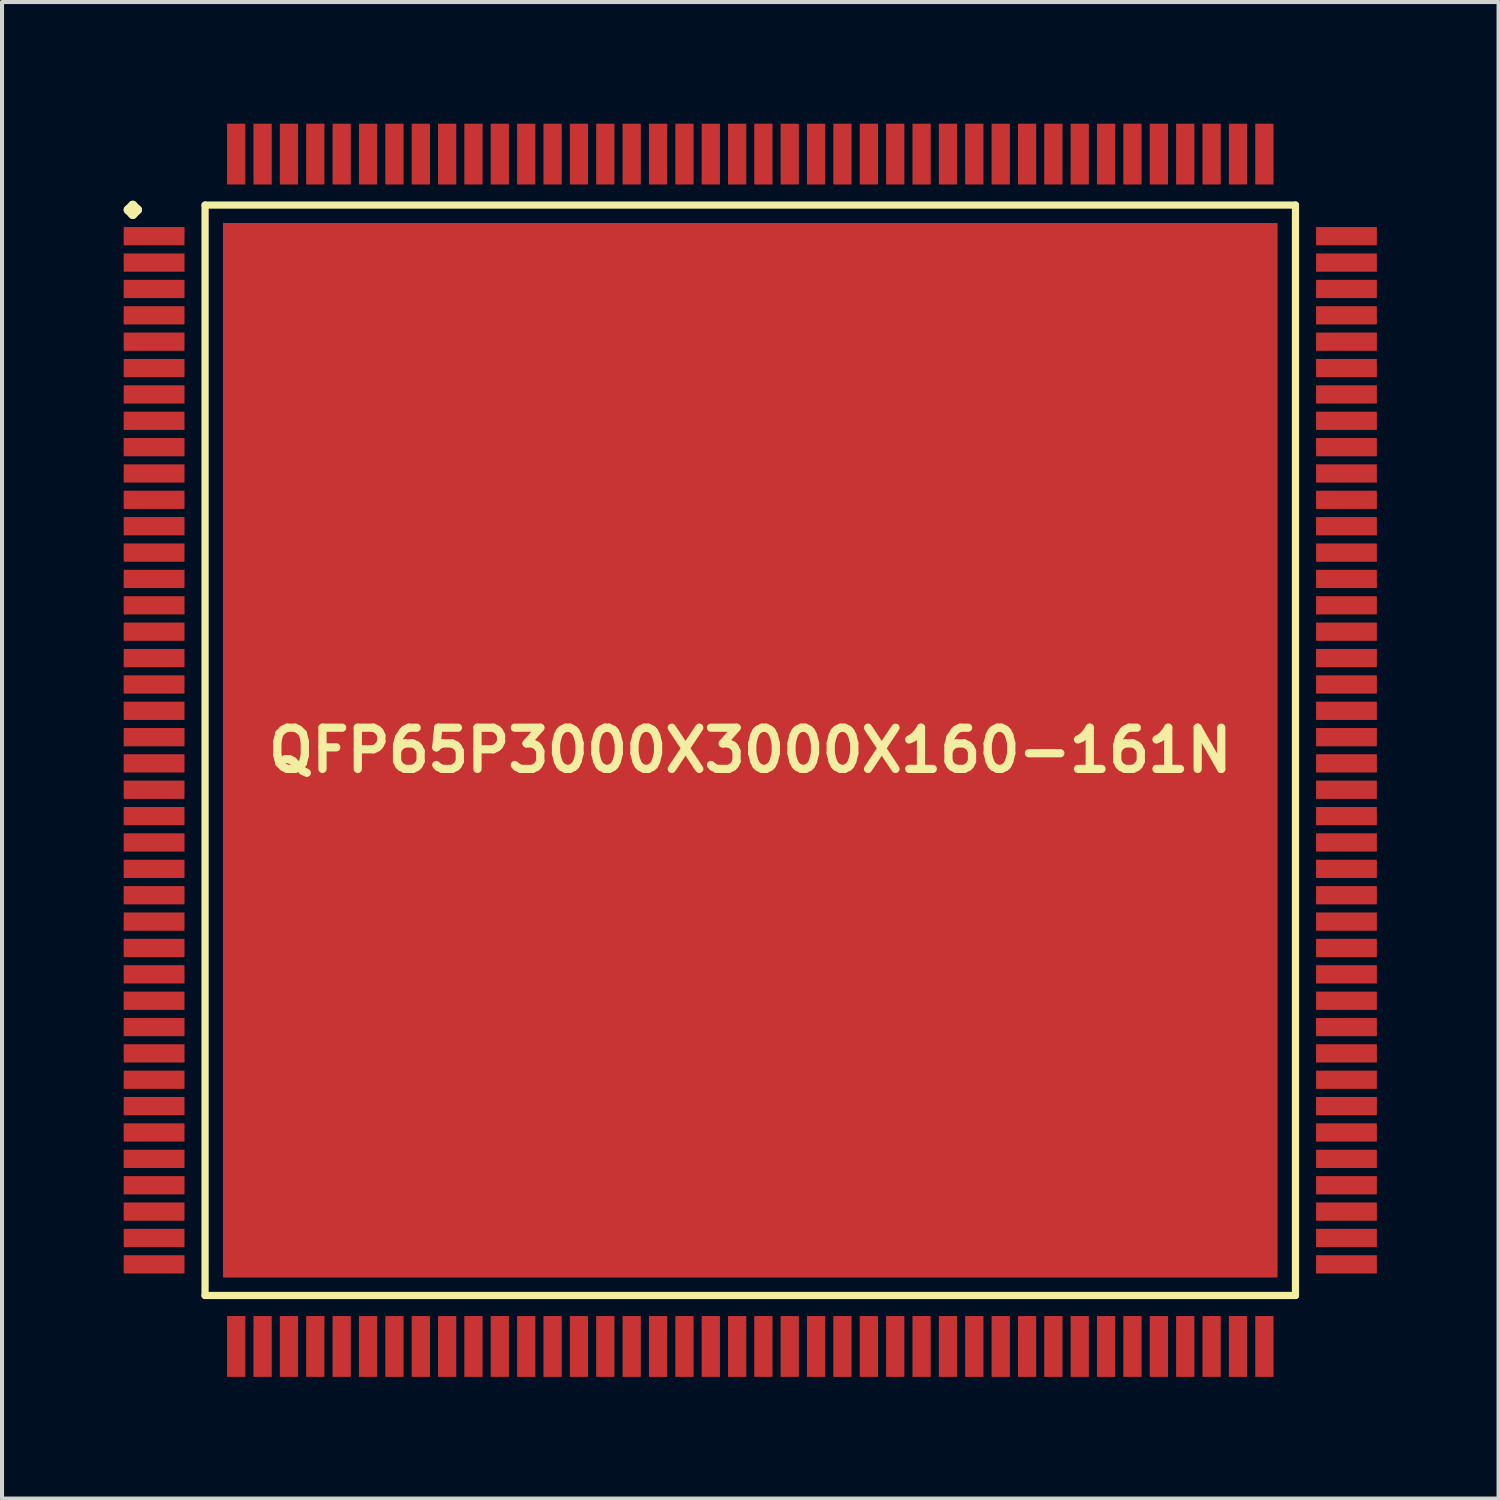
<source format=kicad_pcb>
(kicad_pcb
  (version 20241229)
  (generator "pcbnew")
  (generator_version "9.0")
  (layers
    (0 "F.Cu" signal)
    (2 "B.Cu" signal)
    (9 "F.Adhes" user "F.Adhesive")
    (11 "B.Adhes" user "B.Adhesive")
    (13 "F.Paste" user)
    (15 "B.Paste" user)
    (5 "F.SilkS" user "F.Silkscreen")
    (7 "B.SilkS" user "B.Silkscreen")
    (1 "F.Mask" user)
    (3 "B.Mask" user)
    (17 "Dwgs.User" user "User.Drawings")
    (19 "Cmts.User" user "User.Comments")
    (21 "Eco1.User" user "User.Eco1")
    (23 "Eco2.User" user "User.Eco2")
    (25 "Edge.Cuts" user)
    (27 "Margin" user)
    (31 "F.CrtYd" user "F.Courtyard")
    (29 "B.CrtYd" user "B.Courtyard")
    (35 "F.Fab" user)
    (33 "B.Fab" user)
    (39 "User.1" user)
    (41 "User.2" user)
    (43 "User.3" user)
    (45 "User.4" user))
  (footprint "QFP65P3000X3000X160-161N"
    (layer "F.Cu")
    (at 15.448 15.448)
    (property "Reference" "QFP65P3000X3000X160-161N" (at 0 0 0) (layer "F.SilkS") (effects (font (size 1.016 1.016) (thickness 0.203))))
    (attr smd)
    (fp_line (start -15.337 -13.325) (end -15.225 -13.437) (stroke (width 0.224) (type solid)) (layer "F.SilkS"))
    (fp_line (start -15.225 -13.437) (end -15.11 -13.325) (stroke (width 0.224) (type solid)) (layer "F.SilkS"))
    (fp_line (start -15.225 -13.211) (end -15.337 -13.325) (stroke (width 0.224) (type solid)) (layer "F.SilkS"))
    (fp_line (start -15.11 -13.325) (end -15.225 -13.211) (stroke (width 0.224) (type solid)) (layer "F.SilkS"))
    (fp_line (start -13.442 -13.442) (end -13.442 13.442) (stroke (width 0.178) (type solid)) (layer "F.SilkS"))
    (fp_line (start -13.442 13.442) (end 13.442 13.442) (stroke (width 0.178) (type solid)) (layer "F.SilkS"))
    (fp_line (start 13.442 -13.442) (end -13.442 -13.442) (stroke (width 0.178) (type solid)) (layer "F.SilkS"))
    (fp_line (start 13.442 13.442) (end 13.442 -13.442) (stroke (width 0.178) (type solid)) (layer "F.SilkS"))
    (pad "1" smd rect (at -14.699 -12.675) (size 1.499 0.45) (layers "F.Cu" "F.Mask" "F.Paste"))
    (pad "2" smd rect (at -14.699 -12.024) (size 1.499 0.45) (layers "F.Cu" "F.Mask" "F.Paste"))
    (pad "3" smd rect (at -14.699 -11.374) (size 1.499 0.45) (layers "F.Cu" "F.Mask" "F.Paste"))
    (pad "4" smd rect (at -14.699 -10.724) (size 1.499 0.45) (layers "F.Cu" "F.Mask" "F.Paste"))
    (pad "5" smd rect (at -14.699 -10.074) (size 1.499 0.45) (layers "F.Cu" "F.Mask" "F.Paste"))
    (pad "6" smd rect (at -14.699 -9.423) (size 1.499 0.45) (layers "F.Cu" "F.Mask" "F.Paste"))
    (pad "7" smd rect (at -14.699 -8.773) (size 1.499 0.45) (layers "F.Cu" "F.Mask" "F.Paste"))
    (pad "8" smd rect (at -14.699 -8.123) (size 1.499 0.45) (layers "F.Cu" "F.Mask" "F.Paste"))
    (pad "9" smd rect (at -14.699 -7.473) (size 1.499 0.45) (layers "F.Cu" "F.Mask" "F.Paste"))
    (pad "10" smd rect (at -14.699 -6.825) (size 1.499 0.45) (layers "F.Cu" "F.Mask" "F.Paste"))
    (pad "11" smd rect (at -14.699 -6.175) (size 1.499 0.45) (layers "F.Cu" "F.Mask" "F.Paste"))
    (pad "12" smd rect (at -14.699 -5.524) (size 1.499 0.45) (layers "F.Cu" "F.Mask" "F.Paste"))
    (pad "13" smd rect (at -14.699 -4.874) (size 1.499 0.45) (layers "F.Cu" "F.Mask" "F.Paste"))
    (pad "14" smd rect (at -14.699 -4.224) (size 1.499 0.45) (layers "F.Cu" "F.Mask" "F.Paste"))
    (pad "15" smd rect (at -14.699 -3.574) (size 1.499 0.45) (layers "F.Cu" "F.Mask" "F.Paste"))
    (pad "16" smd rect (at -14.699 -2.924) (size 1.499 0.45) (layers "F.Cu" "F.Mask" "F.Paste"))
    (pad "17" smd rect (at -14.699 -2.273) (size 1.499 0.45) (layers "F.Cu" "F.Mask" "F.Paste"))
    (pad "18" smd rect (at -14.699 -1.623) (size 1.499 0.45) (layers "F.Cu" "F.Mask" "F.Paste"))
    (pad "19" smd rect (at -14.699 -0.973) (size 1.499 0.45) (layers "F.Cu" "F.Mask" "F.Paste"))
    (pad "20" smd rect (at -14.699 -0.323) (size 1.499 0.45) (layers "F.Cu" "F.Mask" "F.Paste"))
    (pad "21" smd rect (at -14.699 0.323) (size 1.499 0.45) (layers "F.Cu" "F.Mask" "F.Paste"))
    (pad "22" smd rect (at -14.699 0.973) (size 1.499 0.45) (layers "F.Cu" "F.Mask" "F.Paste"))
    (pad "23" smd rect (at -14.699 1.623) (size 1.499 0.45) (layers "F.Cu" "F.Mask" "F.Paste"))
    (pad "24" smd rect (at -14.699 2.273) (size 1.499 0.45) (layers "F.Cu" "F.Mask" "F.Paste"))
    (pad "25" smd rect (at -14.699 2.924) (size 1.499 0.45) (layers "F.Cu" "F.Mask" "F.Paste"))
    (pad "26" smd rect (at -14.699 3.574) (size 1.499 0.45) (layers "F.Cu" "F.Mask" "F.Paste"))
    (pad "27" smd rect (at -14.699 4.224) (size 1.499 0.45) (layers "F.Cu" "F.Mask" "F.Paste"))
    (pad "28" smd rect (at -14.699 4.874) (size 1.499 0.45) (layers "F.Cu" "F.Mask" "F.Paste"))
    (pad "29" smd rect (at -14.699 5.524) (size 1.499 0.45) (layers "F.Cu" "F.Mask" "F.Paste"))
    (pad "30" smd rect (at -14.699 6.175) (size 1.499 0.45) (layers "F.Cu" "F.Mask" "F.Paste"))
    (pad "31" smd rect (at -14.699 6.825) (size 1.499 0.45) (layers "F.Cu" "F.Mask" "F.Paste"))
    (pad "32" smd rect (at -14.699 7.473) (size 1.499 0.45) (layers "F.Cu" "F.Mask" "F.Paste"))
    (pad "33" smd rect (at -14.699 8.123) (size 1.499 0.45) (layers "F.Cu" "F.Mask" "F.Paste"))
    (pad "34" smd rect (at -14.699 8.773) (size 1.499 0.45) (layers "F.Cu" "F.Mask" "F.Paste"))
    (pad "35" smd rect (at -14.699 9.423) (size 1.499 0.45) (layers "F.Cu" "F.Mask" "F.Paste"))
    (pad "36" smd rect (at -14.699 10.074) (size 1.499 0.45) (layers "F.Cu" "F.Mask" "F.Paste"))
    (pad "37" smd rect (at -14.699 10.724) (size 1.499 0.45) (layers "F.Cu" "F.Mask" "F.Paste"))
    (pad "38" smd rect (at -14.699 11.374) (size 1.499 0.45) (layers "F.Cu" "F.Mask" "F.Paste"))
    (pad "39" smd rect (at -14.699 12.024) (size 1.499 0.45) (layers "F.Cu" "F.Mask" "F.Paste"))
    (pad "40" smd rect (at -14.699 12.675) (size 1.499 0.45) (layers "F.Cu" "F.Mask" "F.Paste"))
    (pad "41" smd rect (at -12.675 14.699) (size 0.45 1.499) (layers "F.Cu" "F.Mask" "F.Paste"))
    (pad "42" smd rect (at -12.024 14.699) (size 0.45 1.499) (layers "F.Cu" "F.Mask" "F.Paste"))
    (pad "43" smd rect (at -11.374 14.699) (size 0.45 1.499) (layers "F.Cu" "F.Mask" "F.Paste"))
    (pad "44" smd rect (at -10.724 14.699) (size 0.45 1.499) (layers "F.Cu" "F.Mask" "F.Paste"))
    (pad "45" smd rect (at -10.074 14.699) (size 0.45 1.499) (layers "F.Cu" "F.Mask" "F.Paste"))
    (pad "46" smd rect (at -9.423 14.699) (size 0.45 1.499) (layers "F.Cu" "F.Mask" "F.Paste"))
    (pad "47" smd rect (at -8.773 14.699) (size 0.45 1.499) (layers "F.Cu" "F.Mask" "F.Paste"))
    (pad "48" smd rect (at -8.123 14.699) (size 0.45 1.499) (layers "F.Cu" "F.Mask" "F.Paste"))
    (pad "49" smd rect (at -7.473 14.699) (size 0.45 1.499) (layers "F.Cu" "F.Mask" "F.Paste"))
    (pad "50" smd rect (at -6.825 14.699) (size 0.45 1.499) (layers "F.Cu" "F.Mask" "F.Paste"))
    (pad "51" smd rect (at -6.175 14.699) (size 0.45 1.499) (layers "F.Cu" "F.Mask" "F.Paste"))
    (pad "52" smd rect (at -5.524 14.699) (size 0.45 1.499) (layers "F.Cu" "F.Mask" "F.Paste"))
    (pad "53" smd rect (at -4.874 14.699) (size 0.45 1.499) (layers "F.Cu" "F.Mask" "F.Paste"))
    (pad "54" smd rect (at -4.224 14.699) (size 0.45 1.499) (layers "F.Cu" "F.Mask" "F.Paste"))
    (pad "55" smd rect (at -3.574 14.699) (size 0.45 1.499) (layers "F.Cu" "F.Mask" "F.Paste"))
    (pad "56" smd rect (at -2.924 14.699) (size 0.45 1.499) (layers "F.Cu" "F.Mask" "F.Paste"))
    (pad "57" smd rect (at -2.273 14.699) (size 0.45 1.499) (layers "F.Cu" "F.Mask" "F.Paste"))
    (pad "58" smd rect (at -1.623 14.699) (size 0.45 1.499) (layers "F.Cu" "F.Mask" "F.Paste"))
    (pad "59" smd rect (at -0.973 14.699) (size 0.45 1.499) (layers "F.Cu" "F.Mask" "F.Paste"))
    (pad "60" smd rect (at -0.323 14.699) (size 0.45 1.499) (layers "F.Cu" "F.Mask" "F.Paste"))
    (pad "61" smd rect (at 0.323 14.699) (size 0.45 1.499) (layers "F.Cu" "F.Mask" "F.Paste"))
    (pad "62" smd rect (at 0.973 14.699) (size 0.45 1.499) (layers "F.Cu" "F.Mask" "F.Paste"))
    (pad "63" smd rect (at 1.623 14.699) (size 0.45 1.499) (layers "F.Cu" "F.Mask" "F.Paste"))
    (pad "64" smd rect (at 2.273 14.699) (size 0.45 1.499) (layers "F.Cu" "F.Mask" "F.Paste"))
    (pad "65" smd rect (at 2.924 14.699) (size 0.45 1.499) (layers "F.Cu" "F.Mask" "F.Paste"))
    (pad "66" smd rect (at 3.574 14.699) (size 0.45 1.499) (layers "F.Cu" "F.Mask" "F.Paste"))
    (pad "67" smd rect (at 4.224 14.699) (size 0.45 1.499) (layers "F.Cu" "F.Mask" "F.Paste"))
    (pad "68" smd rect (at 4.874 14.699) (size 0.45 1.499) (layers "F.Cu" "F.Mask" "F.Paste"))
    (pad "69" smd rect (at 5.524 14.699) (size 0.45 1.499) (layers "F.Cu" "F.Mask" "F.Paste"))
    (pad "70" smd rect (at 6.175 14.699) (size 0.45 1.499) (layers "F.Cu" "F.Mask" "F.Paste"))
    (pad "71" smd rect (at 6.825 14.699) (size 0.45 1.499) (layers "F.Cu" "F.Mask" "F.Paste"))
    (pad "72" smd rect (at 7.473 14.699) (size 0.45 1.499) (layers "F.Cu" "F.Mask" "F.Paste"))
    (pad "73" smd rect (at 8.123 14.699) (size 0.45 1.499) (layers "F.Cu" "F.Mask" "F.Paste"))
    (pad "74" smd rect (at 8.773 14.699) (size 0.45 1.499) (layers "F.Cu" "F.Mask" "F.Paste"))
    (pad "75" smd rect (at 9.423 14.699) (size 0.45 1.499) (layers "F.Cu" "F.Mask" "F.Paste"))
    (pad "76" smd rect (at 10.074 14.699) (size 0.45 1.499) (layers "F.Cu" "F.Mask" "F.Paste"))
    (pad "77" smd rect (at 10.724 14.699) (size 0.45 1.499) (layers "F.Cu" "F.Mask" "F.Paste"))
    (pad "78" smd rect (at 11.374 14.699) (size 0.45 1.499) (layers "F.Cu" "F.Mask" "F.Paste"))
    (pad "79" smd rect (at 12.024 14.699) (size 0.45 1.499) (layers "F.Cu" "F.Mask" "F.Paste"))
    (pad "80" smd rect (at 12.675 14.699) (size 0.45 1.499) (layers "F.Cu" "F.Mask" "F.Paste"))
    (pad "81" smd rect (at 14.699 12.675) (size 1.499 0.45) (layers "F.Cu" "F.Mask" "F.Paste"))
    (pad "82" smd rect (at 14.699 12.024) (size 1.499 0.45) (layers "F.Cu" "F.Mask" "F.Paste"))
    (pad "83" smd rect (at 14.699 11.374) (size 1.499 0.45) (layers "F.Cu" "F.Mask" "F.Paste"))
    (pad "84" smd rect (at 14.699 10.724) (size 1.499 0.45) (layers "F.Cu" "F.Mask" "F.Paste"))
    (pad "85" smd rect (at 14.699 10.074) (size 1.499 0.45) (layers "F.Cu" "F.Mask" "F.Paste"))
    (pad "86" smd rect (at 14.699 9.423) (size 1.499 0.45) (layers "F.Cu" "F.Mask" "F.Paste"))
    (pad "87" smd rect (at 14.699 8.773) (size 1.499 0.45) (layers "F.Cu" "F.Mask" "F.Paste"))
    (pad "88" smd rect (at 14.699 8.123) (size 1.499 0.45) (layers "F.Cu" "F.Mask" "F.Paste"))
    (pad "89" smd rect (at 14.699 7.473) (size 1.499 0.45) (layers "F.Cu" "F.Mask" "F.Paste"))
    (pad "90" smd rect (at 14.699 6.825) (size 1.499 0.45) (layers "F.Cu" "F.Mask" "F.Paste"))
    (pad "91" smd rect (at 14.699 6.175) (size 1.499 0.45) (layers "F.Cu" "F.Mask" "F.Paste"))
    (pad "92" smd rect (at 14.699 5.524) (size 1.499 0.45) (layers "F.Cu" "F.Mask" "F.Paste"))
    (pad "93" smd rect (at 14.699 4.874) (size 1.499 0.45) (layers "F.Cu" "F.Mask" "F.Paste"))
    (pad "94" smd rect (at 14.699 4.224) (size 1.499 0.45) (layers "F.Cu" "F.Mask" "F.Paste"))
    (pad "95" smd rect (at 14.699 3.574) (size 1.499 0.45) (layers "F.Cu" "F.Mask" "F.Paste"))
    (pad "96" smd rect (at 14.699 2.924) (size 1.499 0.45) (layers "F.Cu" "F.Mask" "F.Paste"))
    (pad "97" smd rect (at 14.699 2.273) (size 1.499 0.45) (layers "F.Cu" "F.Mask" "F.Paste"))
    (pad "98" smd rect (at 14.699 1.623) (size 1.499 0.45) (layers "F.Cu" "F.Mask" "F.Paste"))
    (pad "99" smd rect (at 14.699 0.973) (size 1.499 0.45) (layers "F.Cu" "F.Mask" "F.Paste"))
    (pad "100" smd rect (at 14.699 0.323) (size 1.499 0.45) (layers "F.Cu" "F.Mask" "F.Paste"))
    (pad "101" smd rect (at 14.699 -0.323) (size 1.499 0.45) (layers "F.Cu" "F.Mask" "F.Paste"))
    (pad "102" smd rect (at 14.699 -0.973) (size 1.499 0.45) (layers "F.Cu" "F.Mask" "F.Paste"))
    (pad "103" smd rect (at 14.699 -1.623) (size 1.499 0.45) (layers "F.Cu" "F.Mask" "F.Paste"))
    (pad "104" smd rect (at 14.699 -2.273) (size 1.499 0.45) (layers "F.Cu" "F.Mask" "F.Paste"))
    (pad "105" smd rect (at 14.699 -2.924) (size 1.499 0.45) (layers "F.Cu" "F.Mask" "F.Paste"))
    (pad "106" smd rect (at 14.699 -3.574) (size 1.499 0.45) (layers "F.Cu" "F.Mask" "F.Paste"))
    (pad "107" smd rect (at 14.699 -4.224) (size 1.499 0.45) (layers "F.Cu" "F.Mask" "F.Paste"))
    (pad "108" smd rect (at 14.699 -4.874) (size 1.499 0.45) (layers "F.Cu" "F.Mask" "F.Paste"))
    (pad "109" smd rect (at 14.699 -5.524) (size 1.499 0.45) (layers "F.Cu" "F.Mask" "F.Paste"))
    (pad "110" smd rect (at 14.699 -6.175) (size 1.499 0.45) (layers "F.Cu" "F.Mask" "F.Paste"))
    (pad "111" smd rect (at 14.699 -6.825) (size 1.499 0.45) (layers "F.Cu" "F.Mask" "F.Paste"))
    (pad "112" smd rect (at 14.699 -7.473) (size 1.499 0.45) (layers "F.Cu" "F.Mask" "F.Paste"))
    (pad "113" smd rect (at 14.699 -8.123) (size 1.499 0.45) (layers "F.Cu" "F.Mask" "F.Paste"))
    (pad "114" smd rect (at 14.699 -8.773) (size 1.499 0.45) (layers "F.Cu" "F.Mask" "F.Paste"))
    (pad "115" smd rect (at 14.699 -9.423) (size 1.499 0.45) (layers "F.Cu" "F.Mask" "F.Paste"))
    (pad "116" smd rect (at 14.699 -10.074) (size 1.499 0.45) (layers "F.Cu" "F.Mask" "F.Paste"))
    (pad "117" smd rect (at 14.699 -10.724) (size 1.499 0.45) (layers "F.Cu" "F.Mask" "F.Paste"))
    (pad "118" smd rect (at 14.699 -11.374) (size 1.499 0.45) (layers "F.Cu" "F.Mask" "F.Paste"))
    (pad "119" smd rect (at 14.699 -12.024) (size 1.499 0.45) (layers "F.Cu" "F.Mask" "F.Paste"))
    (pad "120" smd rect (at 14.699 -12.675) (size 1.499 0.45) (layers "F.Cu" "F.Mask" "F.Paste"))
    (pad "121" smd rect (at 12.675 -14.699) (size 0.45 1.499) (layers "F.Cu" "F.Mask" "F.Paste"))
    (pad "122" smd rect (at 12.024 -14.699) (size 0.45 1.499) (layers "F.Cu" "F.Mask" "F.Paste"))
    (pad "123" smd rect (at 11.374 -14.699) (size 0.45 1.499) (layers "F.Cu" "F.Mask" "F.Paste"))
    (pad "124" smd rect (at 10.724 -14.699) (size 0.45 1.499) (layers "F.Cu" "F.Mask" "F.Paste"))
    (pad "125" smd rect (at 10.074 -14.699) (size 0.45 1.499) (layers "F.Cu" "F.Mask" "F.Paste"))
    (pad "126" smd rect (at 9.423 -14.699) (size 0.45 1.499) (layers "F.Cu" "F.Mask" "F.Paste"))
    (pad "127" smd rect (at 8.773 -14.699) (size 0.45 1.499) (layers "F.Cu" "F.Mask" "F.Paste"))
    (pad "128" smd rect (at 8.123 -14.699) (size 0.45 1.499) (layers "F.Cu" "F.Mask" "F.Paste"))
    (pad "129" smd rect (at 7.473 -14.699) (size 0.45 1.499) (layers "F.Cu" "F.Mask" "F.Paste"))
    (pad "130" smd rect (at 6.825 -14.699) (size 0.45 1.499) (layers "F.Cu" "F.Mask" "F.Paste"))
    (pad "131" smd rect (at 6.175 -14.699) (size 0.45 1.499) (layers "F.Cu" "F.Mask" "F.Paste"))
    (pad "132" smd rect (at 5.524 -14.699) (size 0.45 1.499) (layers "F.Cu" "F.Mask" "F.Paste"))
    (pad "133" smd rect (at 4.874 -14.699) (size 0.45 1.499) (layers "F.Cu" "F.Mask" "F.Paste"))
    (pad "134" smd rect (at 4.224 -14.699) (size 0.45 1.499) (layers "F.Cu" "F.Mask" "F.Paste"))
    (pad "135" smd rect (at 3.574 -14.699) (size 0.45 1.499) (layers "F.Cu" "F.Mask" "F.Paste"))
    (pad "136" smd rect (at 2.924 -14.699) (size 0.45 1.499) (layers "F.Cu" "F.Mask" "F.Paste"))
    (pad "137" smd rect (at 2.273 -14.699) (size 0.45 1.499) (layers "F.Cu" "F.Mask" "F.Paste"))
    (pad "138" smd rect (at 1.623 -14.699) (size 0.45 1.499) (layers "F.Cu" "F.Mask" "F.Paste"))
    (pad "139" smd rect (at 0.973 -14.699) (size 0.45 1.499) (layers "F.Cu" "F.Mask" "F.Paste"))
    (pad "140" smd rect (at 0.323 -14.699) (size 0.45 1.499) (layers "F.Cu" "F.Mask" "F.Paste"))
    (pad "141" smd rect (at -0.323 -14.699) (size 0.45 1.499) (layers "F.Cu" "F.Mask" "F.Paste"))
    (pad "142" smd rect (at -0.973 -14.699) (size 0.45 1.499) (layers "F.Cu" "F.Mask" "F.Paste"))
    (pad "143" smd rect (at -1.623 -14.699) (size 0.45 1.499) (layers "F.Cu" "F.Mask" "F.Paste"))
    (pad "144" smd rect (at -2.273 -14.699) (size 0.45 1.499) (layers "F.Cu" "F.Mask" "F.Paste"))
    (pad "145" smd rect (at -2.924 -14.699) (size 0.45 1.499) (layers "F.Cu" "F.Mask" "F.Paste"))
    (pad "146" smd rect (at -3.574 -14.699) (size 0.45 1.499) (layers "F.Cu" "F.Mask" "F.Paste"))
    (pad "147" smd rect (at -4.224 -14.699) (size 0.45 1.499) (layers "F.Cu" "F.Mask" "F.Paste"))
    (pad "148" smd rect (at -4.874 -14.699) (size 0.45 1.499) (layers "F.Cu" "F.Mask" "F.Paste"))
    (pad "149" smd rect (at -5.524 -14.699) (size 0.45 1.499) (layers "F.Cu" "F.Mask" "F.Paste"))
    (pad "150" smd rect (at -6.175 -14.699) (size 0.45 1.499) (layers "F.Cu" "F.Mask" "F.Paste"))
    (pad "151" smd rect (at -6.825 -14.699) (size 0.45 1.499) (layers "F.Cu" "F.Mask" "F.Paste"))
    (pad "152" smd rect (at -7.473 -14.699) (size 0.45 1.499) (layers "F.Cu" "F.Mask" "F.Paste"))
    (pad "153" smd rect (at -8.123 -14.699) (size 0.45 1.499) (layers "F.Cu" "F.Mask" "F.Paste"))
    (pad "154" smd rect (at -8.773 -14.699) (size 0.45 1.499) (layers "F.Cu" "F.Mask" "F.Paste"))
    (pad "155" smd rect (at -9.423 -14.699) (size 0.45 1.499) (layers "F.Cu" "F.Mask" "F.Paste"))
    (pad "156" smd rect (at -10.074 -14.699) (size 0.45 1.499) (layers "F.Cu" "F.Mask" "F.Paste"))
    (pad "157" smd rect (at -10.724 -14.699) (size 0.45 1.499) (layers "F.Cu" "F.Mask" "F.Paste"))
    (pad "158" smd rect (at -11.374 -14.699) (size 0.45 1.499) (layers "F.Cu" "F.Mask" "F.Paste"))
    (pad "159" smd rect (at -12.024 -14.699) (size 0.45 1.499) (layers "F.Cu" "F.Mask" "F.Paste"))
    (pad "160" smd rect (at -12.675 -14.699) (size 0.45 1.499) (layers "F.Cu" "F.Mask" "F.Paste"))
    (pad "161" smd rect (at 0 0) (size 25.999 25.999) (layers "F.Cu" "F.Mask" "F.Paste")))
  (gr_rect
    (start -3 -3)
    (end 33.897 33.897)
    (stroke (width 0.1) (type default))
    (fill no)
    (layer "Edge.Cuts")))
</source>
